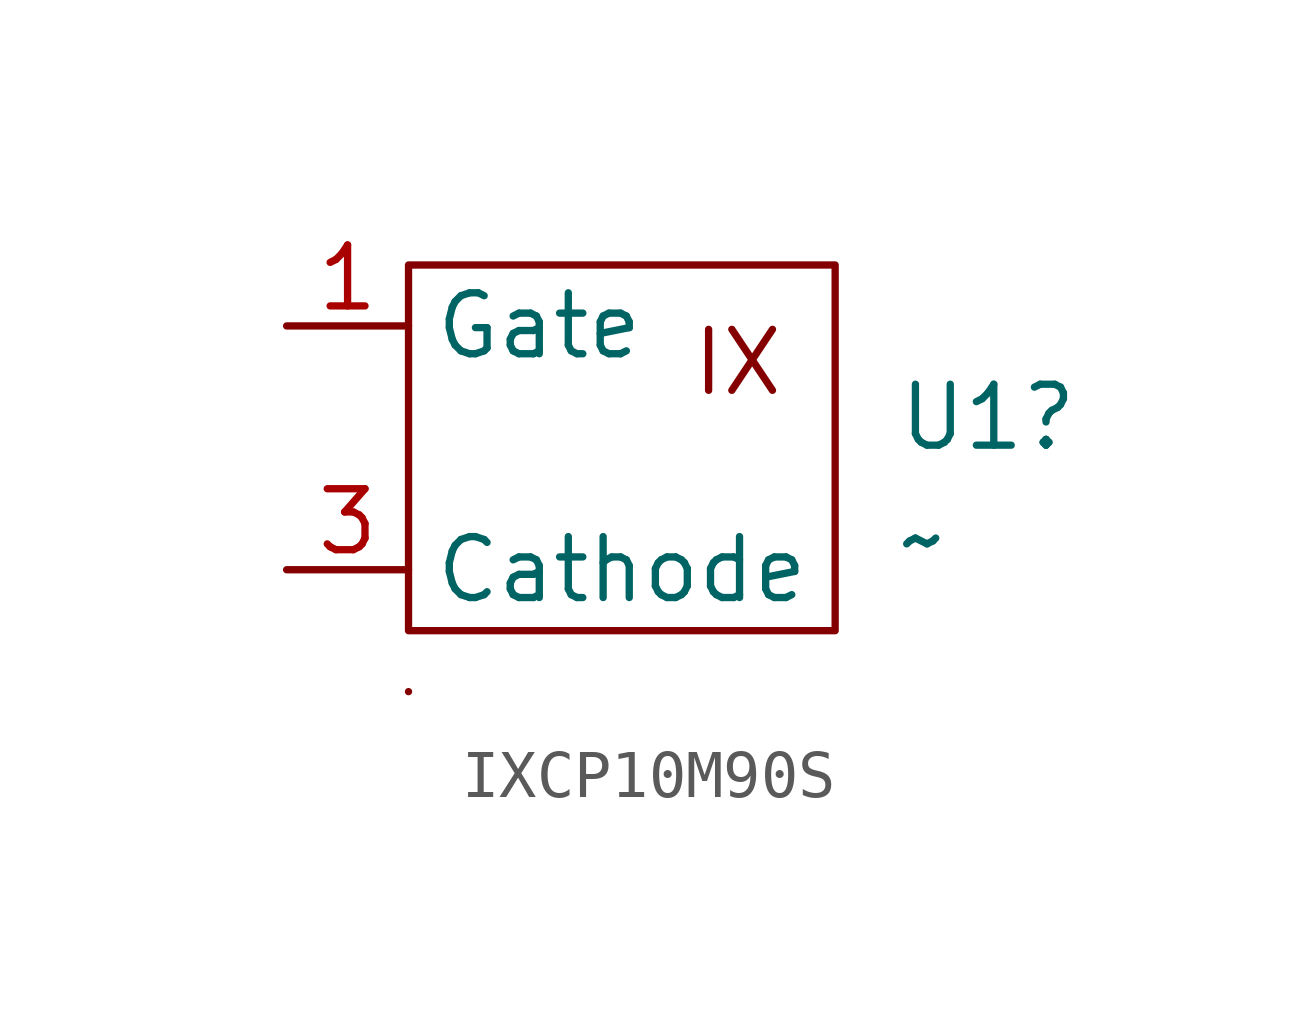
<source format=kicad_sym>
(kicad_symbol_lib
  (version 20241209)
  (generator "kicad_symbol_editor")
  (generator_version "9.0")
  (symbol "IXCP10M90S"
    (property "Reference" "U1"
      (at 12.7 1.905 0)
      (effects (font (size 1.27 1.27)) (justify left)))
    (property "Value" "~"
      (at 12.7 -0.635 0)
      (effects (font (size 1.27 1.27)) (justify left)))
    (symbol "IXCP10M90S_0_1"
      (rectangle (start 2.54 5.08) (end 11.43 -2.54) (stroke (width 0) (type default)) (fill (type none)))
      (rectangle (start 2.54 -3.81) (end 2.54 -3.81) (stroke (width 0) (type default)) (fill (type none))))
    (symbol "IXCP10M90S_1_1"
      (text "IX" (at 9.398 3.048 0) (effects (font (size 1.27 1.27))))
      (pin input line (at 0 3.81 0) (length 2.54) (name "Gate" (effects (font (size 1.27 1.27)))) (number "1" (effects (font (size 1.27 1.27)))))
      (pin input line (at 0 -1.27 0) (length 2.54) (name "Cathode" (effects (font (size 1.27 1.27)))) (number "3" (effects (font (size 1.27 1.27))))))))
</source>
